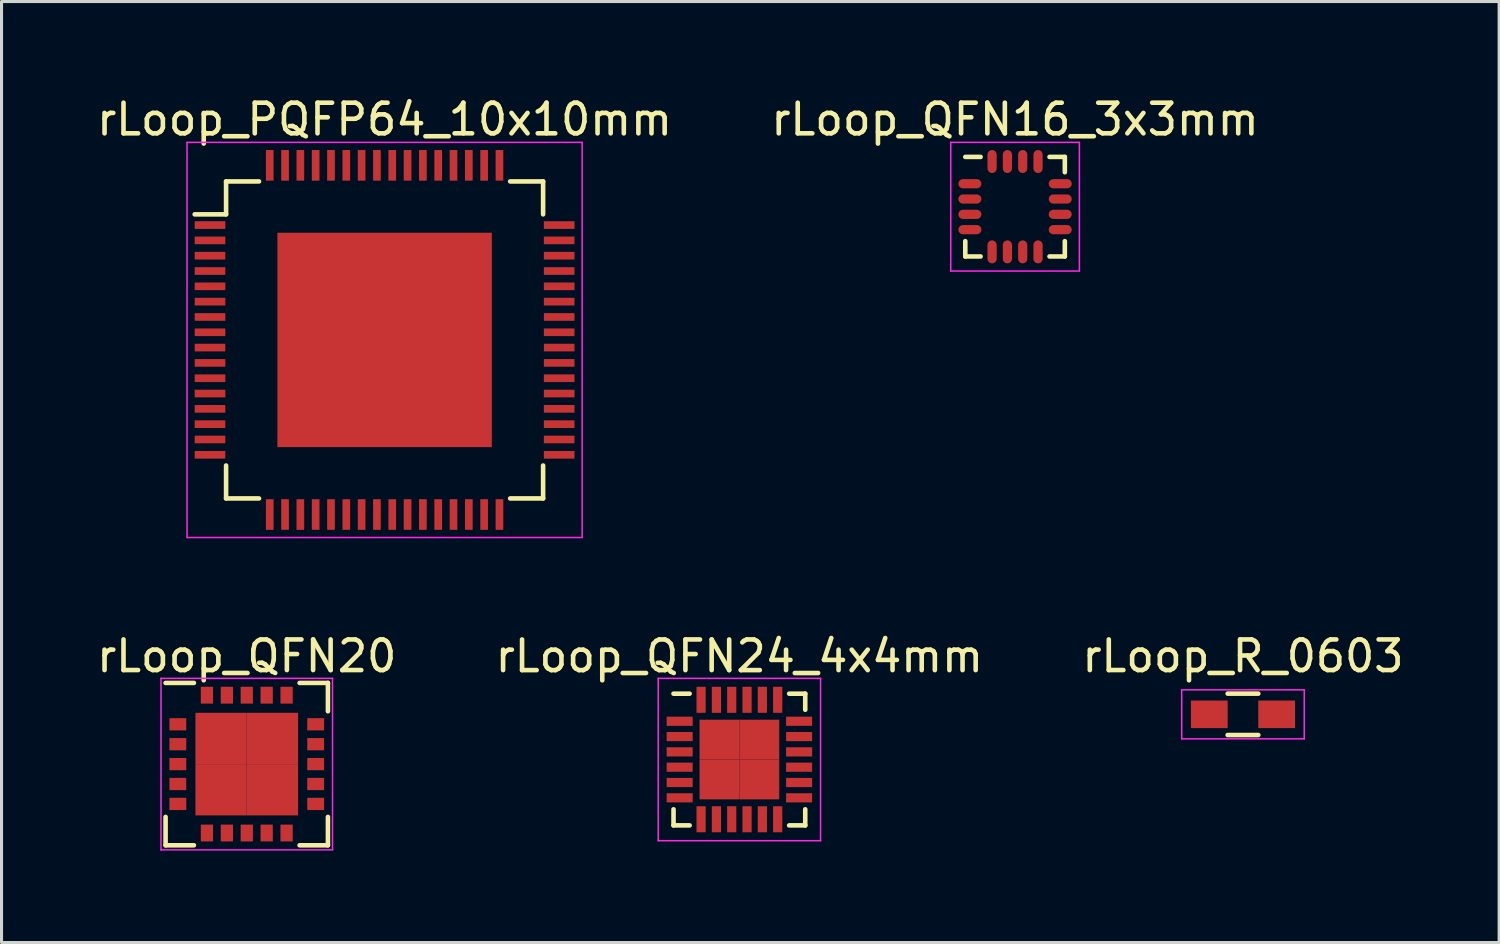
<source format=kicad_pcb>
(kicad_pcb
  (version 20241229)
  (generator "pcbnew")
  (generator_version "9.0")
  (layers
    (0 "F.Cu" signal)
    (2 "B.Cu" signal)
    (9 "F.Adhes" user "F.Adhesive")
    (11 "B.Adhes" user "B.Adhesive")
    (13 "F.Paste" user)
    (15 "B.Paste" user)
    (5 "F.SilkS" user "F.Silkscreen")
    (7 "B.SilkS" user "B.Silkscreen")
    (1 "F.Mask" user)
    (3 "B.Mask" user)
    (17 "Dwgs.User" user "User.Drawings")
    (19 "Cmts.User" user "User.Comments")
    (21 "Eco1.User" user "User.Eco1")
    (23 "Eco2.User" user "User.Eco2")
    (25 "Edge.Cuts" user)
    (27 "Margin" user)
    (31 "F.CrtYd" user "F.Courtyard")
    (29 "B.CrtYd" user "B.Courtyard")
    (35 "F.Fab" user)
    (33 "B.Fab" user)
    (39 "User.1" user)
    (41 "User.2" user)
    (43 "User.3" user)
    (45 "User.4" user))
  (footprint "rLoop_QFN24_4x4mm"
    (layer "F.Cu")
    (at 21.089 21.747)
    (property "Reference" "rLoop_QFN24_4x4mm" (at 0 -3.375 0) (layer "F.SilkS") (effects (font (size 1 1) (thickness 0.15))))
    (attr smd)
    (fp_line (start -2.15 -2.15) (end -1.625 -2.15) (stroke (width 0.15) (type solid)) (layer "F.SilkS"))
    (fp_line (start -2.15 2.15) (end -2.15 1.625) (stroke (width 0.15) (type solid)) (layer "F.SilkS"))
    (fp_line (start -2.15 2.15) (end -1.625 2.15) (stroke (width 0.15) (type solid)) (layer "F.SilkS"))
    (fp_line (start 2.15 -2.15) (end 1.625 -2.15) (stroke (width 0.15) (type solid)) (layer "F.SilkS"))
    (fp_line (start 2.15 -2.15) (end 2.15 -1.625) (stroke (width 0.15) (type solid)) (layer "F.SilkS"))
    (fp_line (start 2.15 2.15) (end 1.625 2.15) (stroke (width 0.15) (type solid)) (layer "F.SilkS"))
    (fp_line (start 2.15 2.15) (end 2.15 1.625) (stroke (width 0.15) (type solid)) (layer "F.SilkS"))
    (fp_line (start -2.65 -2.65) (end -2.65 2.65) (stroke (width 0.05) (type solid)) (layer "F.CrtYd"))
    (fp_line (start -2.65 -2.65) (end 2.65 -2.65) (stroke (width 0.05) (type solid)) (layer "F.CrtYd"))
    (fp_line (start -2.65 2.65) (end 2.65 2.65) (stroke (width 0.05) (type solid)) (layer "F.CrtYd"))
    (fp_line (start 2.65 -2.65) (end 2.65 2.65) (stroke (width 0.05) (type solid)) (layer "F.CrtYd"))
    (pad "1" smd rect (at -1.95 -1.25) (size 0.85 0.3) (layers "F.Cu" "F.Mask" "F.Paste"))
    (pad "2" smd rect (at -1.95 -0.75) (size 0.85 0.3) (layers "F.Cu" "F.Mask" "F.Paste"))
    (pad "3" smd rect (at -1.95 -0.25) (size 0.85 0.3) (layers "F.Cu" "F.Mask" "F.Paste"))
    (pad "4" smd rect (at -1.95 0.25) (size 0.85 0.3) (layers "F.Cu" "F.Mask" "F.Paste"))
    (pad "5" smd rect (at -1.95 0.75) (size 0.85 0.3) (layers "F.Cu" "F.Mask" "F.Paste"))
    (pad "6" smd rect (at -1.95 1.25) (size 0.85 0.3) (layers "F.Cu" "F.Mask" "F.Paste"))
    (pad "7" smd rect (at -1.25 1.95 90) (size 0.85 0.3) (layers "F.Cu" "F.Mask" "F.Paste"))
    (pad "8" smd rect (at -0.75 1.95 90) (size 0.85 0.3) (layers "F.Cu" "F.Mask" "F.Paste"))
    (pad "9" smd rect (at -0.25 1.95 90) (size 0.85 0.3) (layers "F.Cu" "F.Mask" "F.Paste"))
    (pad "10" smd rect (at 0.25 1.95 90) (size 0.85 0.3) (layers "F.Cu" "F.Mask" "F.Paste"))
    (pad "11" smd rect (at 0.75 1.95 90) (size 0.85 0.3) (layers "F.Cu" "F.Mask" "F.Paste"))
    (pad "12" smd rect (at 1.25 1.95 90) (size 0.85 0.3) (layers "F.Cu" "F.Mask" "F.Paste"))
    (pad "13" smd rect (at 1.95 1.25) (size 0.85 0.3) (layers "F.Cu" "F.Mask" "F.Paste"))
    (pad "14" smd rect (at 1.95 0.75) (size 0.85 0.3) (layers "F.Cu" "F.Mask" "F.Paste"))
    (pad "15" smd rect (at 1.95 0.25) (size 0.85 0.3) (layers "F.Cu" "F.Mask" "F.Paste"))
    (pad "16" smd rect (at 1.95 -0.25) (size 0.85 0.3) (layers "F.Cu" "F.Mask" "F.Paste"))
    (pad "17" smd rect (at 1.95 -0.75) (size 0.85 0.3) (layers "F.Cu" "F.Mask" "F.Paste"))
    (pad "18" smd rect (at 1.95 -1.25) (size 0.85 0.3) (layers "F.Cu" "F.Mask" "F.Paste"))
    (pad "19" smd rect (at 1.25 -1.95 90) (size 0.85 0.3) (layers "F.Cu" "F.Mask" "F.Paste"))
    (pad "20" smd rect (at 0.75 -1.95 90) (size 0.85 0.3) (layers "F.Cu" "F.Mask" "F.Paste"))
    (pad "21" smd rect (at 0.25 -1.95 90) (size 0.85 0.3) (layers "F.Cu" "F.Mask" "F.Paste"))
    (pad "22" smd rect (at -0.25 -1.95 90) (size 0.85 0.3) (layers "F.Cu" "F.Mask" "F.Paste"))
    (pad "23" smd rect (at -0.75 -1.95 90) (size 0.85 0.3) (layers "F.Cu" "F.Mask" "F.Paste"))
    (pad "24" smd rect (at -1.25 -1.95 90) (size 0.85 0.3) (layers "F.Cu" "F.Mask" "F.Paste"))
    (pad "25" smd rect (at -0.65 -0.65) (size 1.3 1.3) (layers "F.Cu" "F.Mask" "F.Paste"))
    (pad "25" smd rect (at -0.65 0.65) (size 1.3 1.3) (layers "F.Cu" "F.Mask" "F.Paste"))
    (pad "25" smd rect (at 0.65 -0.65) (size 1.3 1.3) (layers "F.Cu" "F.Mask" "F.Paste"))
    (pad "25" smd rect (at 0.65 0.65) (size 1.3 1.3) (layers "F.Cu" "F.Mask" "F.Paste")))
  (footprint "rLoop_QFN16_3x3mm"
    (layer "F.Cu")
    (at 30.089 3.698)
    (property "Reference" "rLoop_QFN16_3x3mm" (at 0 -2.85 0) (layer "F.SilkS") (effects (font (size 1 1) (thickness 0.15))))
    (attr smd)
    (fp_line (start -1.625 -1.625) (end -1.125 -1.625) (stroke (width 0.15) (type solid)) (layer "F.SilkS"))
    (fp_line (start -1.625 1.625) (end -1.625 1.125) (stroke (width 0.15) (type solid)) (layer "F.SilkS"))
    (fp_line (start -1.625 1.625) (end -1.125 1.625) (stroke (width 0.15) (type solid)) (layer "F.SilkS"))
    (fp_line (start 1.625 -1.625) (end 1.125 -1.625) (stroke (width 0.15) (type solid)) (layer "F.SilkS"))
    (fp_line (start 1.625 -1.625) (end 1.625 -1.125) (stroke (width 0.15) (type solid)) (layer "F.SilkS"))
    (fp_line (start 1.625 1.625) (end 1.125 1.625) (stroke (width 0.15) (type solid)) (layer "F.SilkS"))
    (fp_line (start 1.625 1.625) (end 1.625 1.125) (stroke (width 0.15) (type solid)) (layer "F.SilkS"))
    (fp_line (start -2.1 -2.1) (end -2.1 2.1) (stroke (width 0.05) (type solid)) (layer "F.CrtYd"))
    (fp_line (start -2.1 -2.1) (end 2.1 -2.1) (stroke (width 0.05) (type solid)) (layer "F.CrtYd"))
    (fp_line (start -2.1 2.1) (end 2.1 2.1) (stroke (width 0.05) (type solid)) (layer "F.CrtYd"))
    (fp_line (start 2.1 -2.1) (end 2.1 2.1) (stroke (width 0.05) (type solid)) (layer "F.CrtYd"))
    (pad "1" smd oval (at -1.475 -0.75) (size 0.75 0.3) (layers "F.Cu" "F.Mask" "F.Paste"))
    (pad "2" smd oval (at -1.475 -0.25) (size 0.75 0.3) (layers "F.Cu" "F.Mask" "F.Paste"))
    (pad "3" smd oval (at -1.475 0.25) (size 0.75 0.3) (layers "F.Cu" "F.Mask" "F.Paste"))
    (pad "4" smd oval (at -1.475 0.75) (size 0.75 0.3) (layers "F.Cu" "F.Mask" "F.Paste"))
    (pad "5" smd oval (at -0.75 1.475 90) (size 0.75 0.3) (layers "F.Cu" "F.Mask" "F.Paste"))
    (pad "6" smd oval (at -0.25 1.475 90) (size 0.75 0.3) (layers "F.Cu" "F.Mask" "F.Paste"))
    (pad "7" smd oval (at 0.25 1.475 90) (size 0.75 0.3) (layers "F.Cu" "F.Mask" "F.Paste"))
    (pad "8" smd oval (at 0.75 1.475 90) (size 0.75 0.3) (layers "F.Cu" "F.Mask" "F.Paste"))
    (pad "9" smd oval (at 1.475 0.75) (size 0.75 0.3) (layers "F.Cu" "F.Mask" "F.Paste"))
    (pad "10" smd oval (at 1.475 0.25) (size 0.75 0.3) (layers "F.Cu" "F.Mask" "F.Paste"))
    (pad "11" smd oval (at 1.475 -0.25) (size 0.75 0.3) (layers "F.Cu" "F.Mask" "F.Paste"))
    (pad "12" smd oval (at 1.475 -0.75) (size 0.75 0.3) (layers "F.Cu" "F.Mask" "F.Paste"))
    (pad "13" smd oval (at 0.75 -1.475 90) (size 0.75 0.3) (layers "F.Cu" "F.Mask" "F.Paste"))
    (pad "14" smd oval (at 0.25 -1.475 90) (size 0.75 0.3) (layers "F.Cu" "F.Mask" "F.Paste"))
    (pad "15" smd oval (at -0.25 -1.475 90) (size 0.75 0.3) (layers "F.Cu" "F.Mask" "F.Paste"))
    (pad "16" smd oval (at -0.75 -1.475 90) (size 0.75 0.3) (layers "F.Cu" "F.Mask" "F.Paste")))
  (footprint "rLoop_QFN20"
    (layer "F.Cu")
    (at 5.006 21.896)
    (property "Reference" "rLoop_QFN20" (at 0 -3.525 0) (layer "F.SilkS") (effects (font (size 1 1) (thickness 0.15))))
    (attr smd)
    (fp_line (start -2.65 -2.65) (end -1.725 -2.65) (stroke (width 0.15) (type solid)) (layer "F.SilkS"))
    (fp_line (start -2.65 2.65) (end -2.65 1.725) (stroke (width 0.15) (type solid)) (layer "F.SilkS"))
    (fp_line (start -2.65 2.65) (end -1.725 2.65) (stroke (width 0.15) (type solid)) (layer "F.SilkS"))
    (fp_line (start 2.65 -2.65) (end 1.725 -2.65) (stroke (width 0.15) (type solid)) (layer "F.SilkS"))
    (fp_line (start 2.65 -2.65) (end 2.65 -1.725) (stroke (width 0.15) (type solid)) (layer "F.SilkS"))
    (fp_line (start 2.65 2.65) (end 1.725 2.65) (stroke (width 0.15) (type solid)) (layer "F.SilkS"))
    (fp_line (start 2.65 2.65) (end 2.65 1.725) (stroke (width 0.15) (type solid)) (layer "F.SilkS"))
    (fp_line (start -2.8 -2.8) (end -2.8 2.8) (stroke (width 0.05) (type solid)) (layer "F.CrtYd"))
    (fp_line (start -2.8 -2.8) (end 2.8 -2.8) (stroke (width 0.05) (type solid)) (layer "F.CrtYd"))
    (fp_line (start -2.8 2.8) (end 2.8 2.8) (stroke (width 0.05) (type solid)) (layer "F.CrtYd"))
    (fp_line (start 2.8 -2.8) (end 2.8 2.8) (stroke (width 0.05) (type solid)) (layer "F.CrtYd"))
    (pad "1" smd rect (at -2.25 -1.3) (size 0.55 0.4) (layers "F.Cu" "F.Mask" "F.Paste"))
    (pad "2" smd rect (at -2.25 -0.65) (size 0.55 0.4) (layers "F.Cu" "F.Mask" "F.Paste"))
    (pad "3" smd rect (at -2.25 0) (size 0.55 0.4) (layers "F.Cu" "F.Mask" "F.Paste"))
    (pad "4" smd rect (at -2.25 0.65) (size 0.55 0.4) (layers "F.Cu" "F.Mask" "F.Paste"))
    (pad "5" smd rect (at -2.25 1.3) (size 0.55 0.4) (layers "F.Cu" "F.Mask" "F.Paste"))
    (pad "6" smd rect (at -1.3 2.25 90) (size 0.55 0.4) (layers "F.Cu" "F.Mask" "F.Paste"))
    (pad "7" smd rect (at -0.65 2.25 90) (size 0.55 0.4) (layers "F.Cu" "F.Mask" "F.Paste"))
    (pad "8" smd rect (at 0 2.25 90) (size 0.55 0.4) (layers "F.Cu" "F.Mask" "F.Paste"))
    (pad "9" smd rect (at 0.65 2.25 90) (size 0.55 0.4) (layers "F.Cu" "F.Mask" "F.Paste"))
    (pad "10" smd rect (at 1.3 2.25 90) (size 0.55 0.4) (layers "F.Cu" "F.Mask" "F.Paste"))
    (pad "11" smd rect (at 2.25 1.3) (size 0.55 0.4) (layers "F.Cu" "F.Mask" "F.Paste"))
    (pad "12" smd rect (at 2.25 0.65) (size 0.55 0.4) (layers "F.Cu" "F.Mask" "F.Paste"))
    (pad "13" smd rect (at 2.25 0) (size 0.55 0.4) (layers "F.Cu" "F.Mask" "F.Paste"))
    (pad "14" smd rect (at 2.25 -0.65) (size 0.55 0.4) (layers "F.Cu" "F.Mask" "F.Paste"))
    (pad "15" smd rect (at 2.25 -1.3) (size 0.55 0.4) (layers "F.Cu" "F.Mask" "F.Paste"))
    (pad "16" smd rect (at 1.3 -2.25 90) (size 0.55 0.4) (layers "F.Cu" "F.Mask" "F.Paste"))
    (pad "17" smd rect (at 0.65 -2.25 90) (size 0.55 0.4) (layers "F.Cu" "F.Mask" "F.Paste"))
    (pad "18" smd rect (at 0 -2.25 90) (size 0.55 0.4) (layers "F.Cu" "F.Mask" "F.Paste"))
    (pad "19" smd rect (at -0.65 -2.25 90) (size 0.55 0.4) (layers "F.Cu" "F.Mask" "F.Paste"))
    (pad "20" smd rect (at -1.3 -2.25 90) (size 0.55 0.4) (layers "F.Cu" "F.Mask" "F.Paste"))
    (pad "21" smd rect (at -0.838 -0.838) (size 1.675 1.675) (layers "F.Cu" "F.Mask" "F.Paste"))
    (pad "21" smd rect (at -0.838 0.838) (size 1.675 1.675) (layers "F.Cu" "F.Mask" "F.Paste"))
    (pad "21" smd rect (at 0.838 -0.838) (size 1.675 1.675) (layers "F.Cu" "F.Mask" "F.Paste"))
    (pad "21" smd rect (at 0.838 0.838) (size 1.675 1.675) (layers "F.Cu" "F.Mask" "F.Paste")))
  (footprint "rLoop_R_0603"
    (layer "F.Cu")
    (at 37.53 20.271)
    (property "Reference" "rLoop_R_0603" (at 0 -1.9 0) (layer "F.SilkS") (effects (font (size 1 1) (thickness 0.15))))
    (attr smd)
    (fp_line (start -0.5 -0.675) (end 0.5 -0.675) (stroke (width 0.15) (type solid)) (layer "F.SilkS"))
    (fp_line (start 0.5 0.675) (end -0.5 0.675) (stroke (width 0.15) (type solid)) (layer "F.SilkS"))
    (fp_line (start -2 -0.8) (end -2 0.8) (stroke (width 0.05) (type solid)) (layer "F.CrtYd"))
    (fp_line (start -2 -0.8) (end 2 -0.8) (stroke (width 0.05) (type solid)) (layer "F.CrtYd"))
    (fp_line (start -2 0.8) (end 2 0.8) (stroke (width 0.05) (type solid)) (layer "F.CrtYd"))
    (fp_line (start 2 -0.8) (end 2 0.8) (stroke (width 0.05) (type solid)) (layer "F.CrtYd"))
    (pad "1" smd rect (at -1.1 0) (size 1.2 0.9) (layers "F.Cu" "F.Mask" "F.Paste"))
    (pad "2" smd rect (at 1.1 0) (size 1.2 0.9) (layers "F.Cu" "F.Mask" "F.Paste")))
  (footprint "rLoop_PQFP64_10x10mm"
    (layer "F.Cu")
    (at 9.506 8.048)
    (property "Reference" "rLoop_PQFP64_10x10mm" (at 0 -7.2 0) (layer "F.SilkS") (effects (font (size 1 1) (thickness 0.15))))
    (attr smd)
    (fp_line (start -5.175 -5.175) (end -5.175 -4.1) (stroke (width 0.15) (type solid)) (layer "F.SilkS"))
    (fp_line (start -5.175 -5.175) (end -4.1 -5.175) (stroke (width 0.15) (type solid)) (layer "F.SilkS"))
    (fp_line (start -5.175 -4.1) (end -6.2 -4.1) (stroke (width 0.15) (type solid)) (layer "F.SilkS"))
    (fp_line (start -5.175 5.175) (end -5.175 4.1) (stroke (width 0.15) (type solid)) (layer "F.SilkS"))
    (fp_line (start -5.175 5.175) (end -4.1 5.175) (stroke (width 0.15) (type solid)) (layer "F.SilkS"))
    (fp_line (start 5.175 -5.175) (end 4.1 -5.175) (stroke (width 0.15) (type solid)) (layer "F.SilkS"))
    (fp_line (start 5.175 -5.175) (end 5.175 -4.1) (stroke (width 0.15) (type solid)) (layer "F.SilkS"))
    (fp_line (start 5.175 5.175) (end 4.1 5.175) (stroke (width 0.15) (type solid)) (layer "F.SilkS"))
    (fp_line (start 5.175 5.175) (end 5.175 4.1) (stroke (width 0.15) (type solid)) (layer "F.SilkS"))
    (fp_line (start -6.45 -6.45) (end -6.45 6.45) (stroke (width 0.05) (type solid)) (layer "F.CrtYd"))
    (fp_line (start -6.45 -6.45) (end 6.45 -6.45) (stroke (width 0.05) (type solid)) (layer "F.CrtYd"))
    (fp_line (start -6.45 6.45) (end 6.45 6.45) (stroke (width 0.05) (type solid)) (layer "F.CrtYd"))
    (fp_line (start 6.45 -6.45) (end 6.45 6.45) (stroke (width 0.05) (type solid)) (layer "F.CrtYd"))
    (pad "1" smd rect (at -5.7 -3.75) (size 1 0.25) (layers "F.Cu" "F.Mask" "F.Paste"))
    (pad "2" smd rect (at -5.7 -3.25) (size 1 0.25) (layers "F.Cu" "F.Mask" "F.Paste"))
    (pad "3" smd rect (at -5.7 -2.75) (size 1 0.25) (layers "F.Cu" "F.Mask" "F.Paste"))
    (pad "4" smd rect (at -5.7 -2.25) (size 1 0.25) (layers "F.Cu" "F.Mask" "F.Paste"))
    (pad "5" smd rect (at -5.7 -1.75) (size 1 0.25) (layers "F.Cu" "F.Mask" "F.Paste"))
    (pad "6" smd rect (at -5.7 -1.25) (size 1 0.25) (layers "F.Cu" "F.Mask" "F.Paste"))
    (pad "7" smd rect (at -5.7 -0.75) (size 1 0.25) (layers "F.Cu" "F.Mask" "F.Paste"))
    (pad "8" smd rect (at -5.7 -0.25) (size 1 0.25) (layers "F.Cu" "F.Mask" "F.Paste"))
    (pad "9" smd rect (at -5.7 0.25) (size 1 0.25) (layers "F.Cu" "F.Mask" "F.Paste"))
    (pad "10" smd rect (at -5.7 0.75) (size 1 0.25) (layers "F.Cu" "F.Mask" "F.Paste"))
    (pad "11" smd rect (at -5.7 1.25) (size 1 0.25) (layers "F.Cu" "F.Mask" "F.Paste"))
    (pad "12" smd rect (at -5.7 1.75) (size 1 0.25) (layers "F.Cu" "F.Mask" "F.Paste"))
    (pad "13" smd rect (at -5.7 2.25) (size 1 0.25) (layers "F.Cu" "F.Mask" "F.Paste"))
    (pad "14" smd rect (at -5.7 2.75) (size 1 0.25) (layers "F.Cu" "F.Mask" "F.Paste"))
    (pad "15" smd rect (at -5.7 3.25) (size 1 0.25) (layers "F.Cu" "F.Mask" "F.Paste"))
    (pad "16" smd rect (at -5.7 3.75) (size 1 0.25) (layers "F.Cu" "F.Mask" "F.Paste"))
    (pad "17" smd rect (at -3.75 5.7 90) (size 1 0.25) (layers "F.Cu" "F.Mask" "F.Paste"))
    (pad "18" smd rect (at -3.25 5.7 90) (size 1 0.25) (layers "F.Cu" "F.Mask" "F.Paste"))
    (pad "19" smd rect (at -2.75 5.7 90) (size 1 0.25) (layers "F.Cu" "F.Mask" "F.Paste"))
    (pad "20" smd rect (at -2.25 5.7 90) (size 1 0.25) (layers "F.Cu" "F.Mask" "F.Paste"))
    (pad "21" smd rect (at -1.75 5.7 90) (size 1 0.25) (layers "F.Cu" "F.Mask" "F.Paste"))
    (pad "22" smd rect (at -1.25 5.7 90) (size 1 0.25) (layers "F.Cu" "F.Mask" "F.Paste"))
    (pad "23" smd rect (at -0.75 5.7 90) (size 1 0.25) (layers "F.Cu" "F.Mask" "F.Paste"))
    (pad "24" smd rect (at -0.25 5.7 90) (size 1 0.25) (layers "F.Cu" "F.Mask" "F.Paste"))
    (pad "25" smd rect (at 0.25 5.7 90) (size 1 0.25) (layers "F.Cu" "F.Mask" "F.Paste"))
    (pad "26" smd rect (at 0.75 5.7 90) (size 1 0.25) (layers "F.Cu" "F.Mask" "F.Paste"))
    (pad "27" smd rect (at 1.25 5.7 90) (size 1 0.25) (layers "F.Cu" "F.Mask" "F.Paste"))
    (pad "28" smd rect (at 1.75 5.7 90) (size 1 0.25) (layers "F.Cu" "F.Mask" "F.Paste"))
    (pad "29" smd rect (at 2.25 5.7 90) (size 1 0.25) (layers "F.Cu" "F.Mask" "F.Paste"))
    (pad "30" smd rect (at 2.75 5.7 90) (size 1 0.25) (layers "F.Cu" "F.Mask" "F.Paste"))
    (pad "31" smd rect (at 3.25 5.7 90) (size 1 0.25) (layers "F.Cu" "F.Mask" "F.Paste"))
    (pad "32" smd rect (at 3.75 5.7 90) (size 1 0.25) (layers "F.Cu" "F.Mask" "F.Paste"))
    (pad "33" smd rect (at 5.7 3.75) (size 1 0.25) (layers "F.Cu" "F.Mask" "F.Paste"))
    (pad "34" smd rect (at 5.7 3.25) (size 1 0.25) (layers "F.Cu" "F.Mask" "F.Paste"))
    (pad "35" smd rect (at 5.7 2.75) (size 1 0.25) (layers "F.Cu" "F.Mask" "F.Paste"))
    (pad "36" smd rect (at 5.7 2.25) (size 1 0.25) (layers "F.Cu" "F.Mask" "F.Paste"))
    (pad "37" smd rect (at 5.7 1.75) (size 1 0.25) (layers "F.Cu" "F.Mask" "F.Paste"))
    (pad "38" smd rect (at 5.7 1.25) (size 1 0.25) (layers "F.Cu" "F.Mask" "F.Paste"))
    (pad "39" smd rect (at 5.7 0.75) (size 1 0.25) (layers "F.Cu" "F.Mask" "F.Paste"))
    (pad "40" smd rect (at 5.7 0.25) (size 1 0.25) (layers "F.Cu" "F.Mask" "F.Paste"))
    (pad "41" smd rect (at 5.7 -0.25) (size 1 0.25) (layers "F.Cu" "F.Mask" "F.Paste"))
    (pad "42" smd rect (at 5.7 -0.75) (size 1 0.25) (layers "F.Cu" "F.Mask" "F.Paste"))
    (pad "43" smd rect (at 5.7 -1.25) (size 1 0.25) (layers "F.Cu" "F.Mask" "F.Paste"))
    (pad "44" smd rect (at 5.7 -1.75) (size 1 0.25) (layers "F.Cu" "F.Mask" "F.Paste"))
    (pad "45" smd rect (at 5.7 -2.25) (size 1 0.25) (layers "F.Cu" "F.Mask" "F.Paste"))
    (pad "46" smd rect (at 5.7 -2.75) (size 1 0.25) (layers "F.Cu" "F.Mask" "F.Paste"))
    (pad "47" smd rect (at 5.7 -3.25) (size 1 0.25) (layers "F.Cu" "F.Mask" "F.Paste"))
    (pad "48" smd rect (at 5.7 -3.75) (size 1 0.25) (layers "F.Cu" "F.Mask" "F.Paste"))
    (pad "49" smd rect (at 3.75 -5.7 90) (size 1 0.25) (layers "F.Cu" "F.Mask" "F.Paste"))
    (pad "50" smd rect (at 3.25 -5.7 90) (size 1 0.25) (layers "F.Cu" "F.Mask" "F.Paste"))
    (pad "51" smd rect (at 2.75 -5.7 90) (size 1 0.25) (layers "F.Cu" "F.Mask" "F.Paste"))
    (pad "52" smd rect (at 2.25 -5.7 90) (size 1 0.25) (layers "F.Cu" "F.Mask" "F.Paste"))
    (pad "53" smd rect (at 1.75 -5.7 90) (size 1 0.25) (layers "F.Cu" "F.Mask" "F.Paste"))
    (pad "54" smd rect (at 1.25 -5.7 90) (size 1 0.25) (layers "F.Cu" "F.Mask" "F.Paste"))
    (pad "55" smd rect (at 0.75 -5.7 90) (size 1 0.25) (layers "F.Cu" "F.Mask" "F.Paste"))
    (pad "56" smd rect (at 0.25 -5.7 90) (size 1 0.25) (layers "F.Cu" "F.Mask" "F.Paste"))
    (pad "57" smd rect (at -0.25 -5.7 90) (size 1 0.25) (layers "F.Cu" "F.Mask" "F.Paste"))
    (pad "58" smd rect (at -0.75 -5.7 90) (size 1 0.25) (layers "F.Cu" "F.Mask" "F.Paste"))
    (pad "59" smd rect (at -1.25 -5.7 90) (size 1 0.25) (layers "F.Cu" "F.Mask" "F.Paste"))
    (pad "60" smd rect (at -1.75 -5.7 90) (size 1 0.25) (layers "F.Cu" "F.Mask" "F.Paste"))
    (pad "61" smd rect (at -2.25 -5.7 90) (size 1 0.25) (layers "F.Cu" "F.Mask" "F.Paste"))
    (pad "62" smd rect (at -2.75 -5.7 90) (size 1 0.25) (layers "F.Cu" "F.Mask" "F.Paste"))
    (pad "63" smd rect (at -3.25 -5.7 90) (size 1 0.25) (layers "F.Cu" "F.Mask" "F.Paste"))
    (pad "64" smd rect (at -3.75 -5.7 90) (size 1 0.25) (layers "F.Cu" "F.Mask" "F.Paste"))
    (pad "65" smd rect (at 0 0) (size 7 7) (layers "F.Cu" "F.Mask" "F.Paste")))
  (gr_rect
    (start -3 -3)
    (end 45.893 27.721)
    (stroke (width 0.1) (type default))
    (fill no)
    (layer "Edge.Cuts")))
</source>
